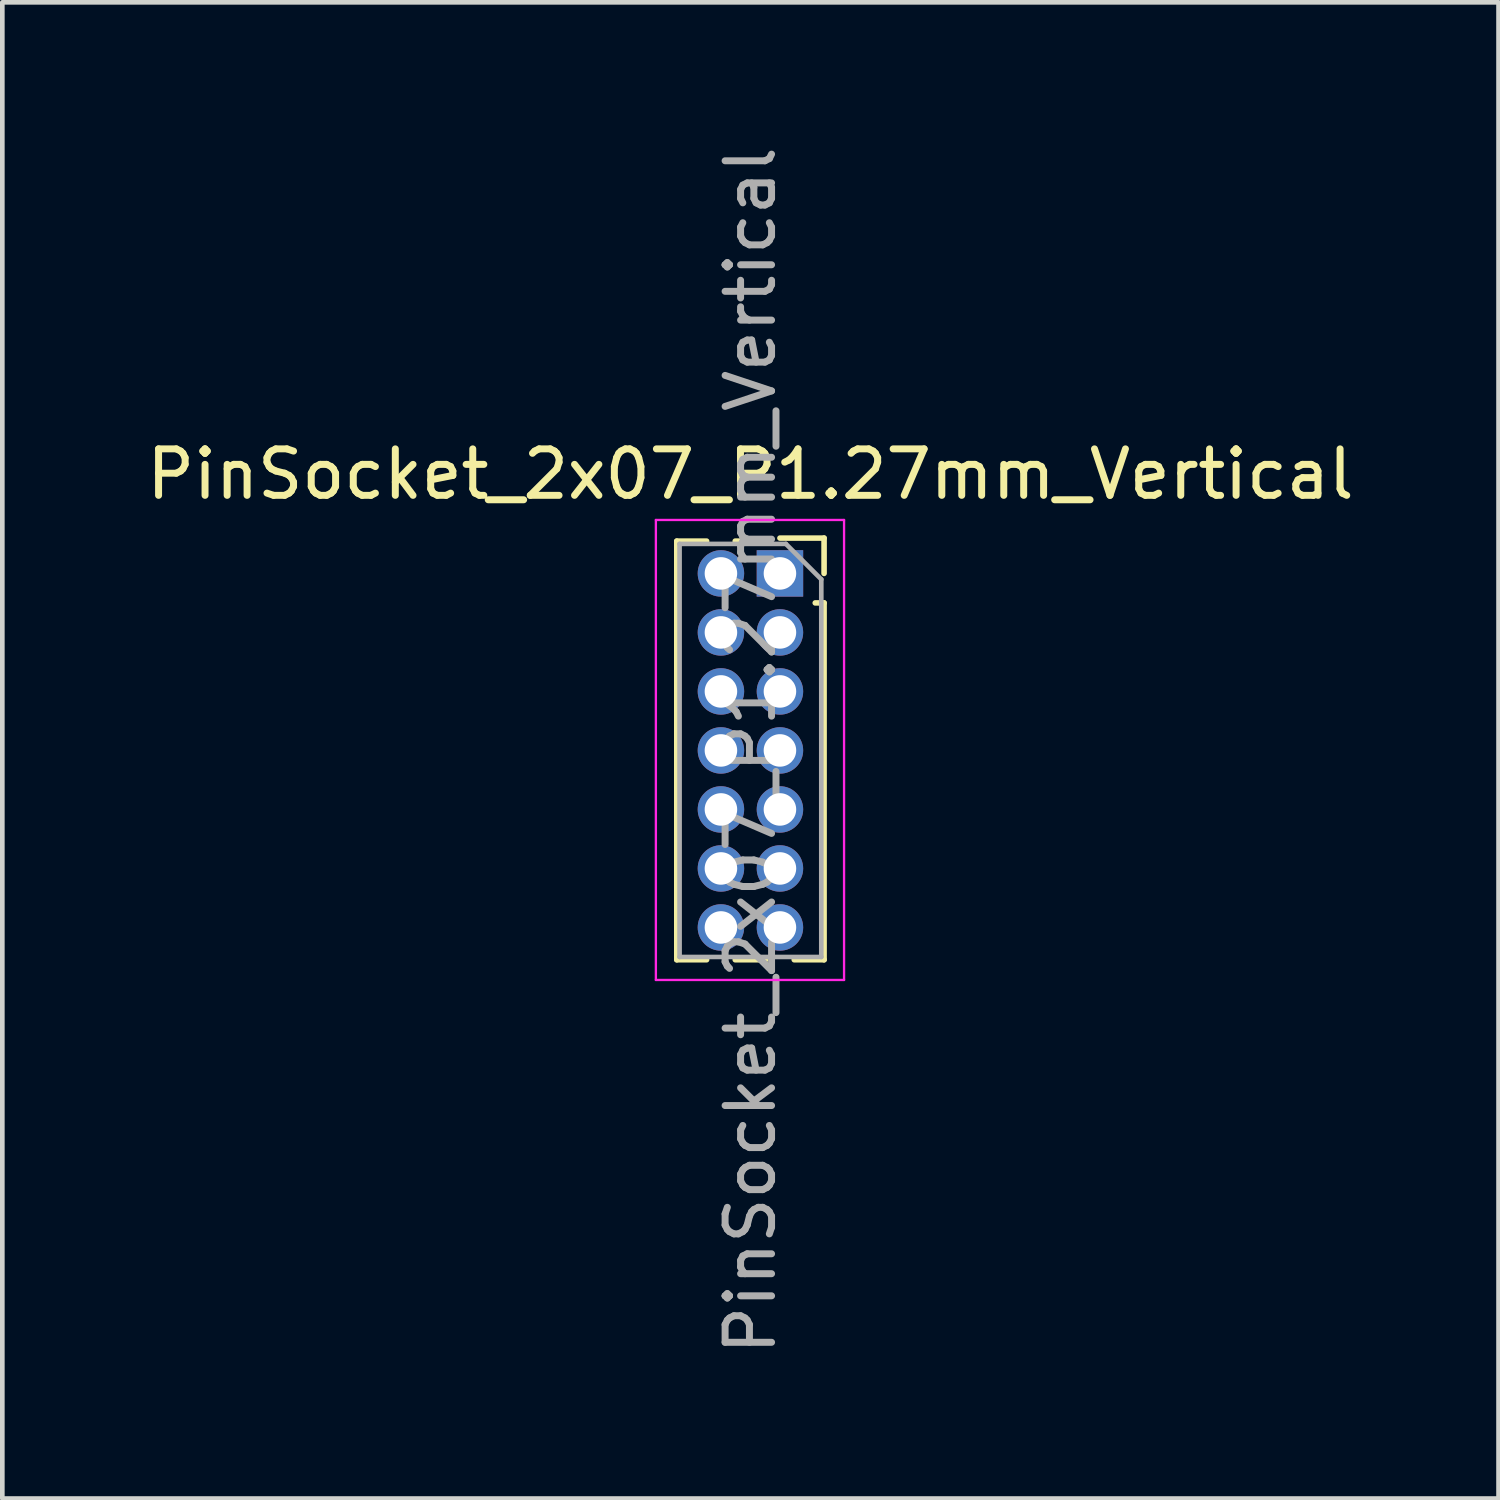
<source format=kicad_pcb>
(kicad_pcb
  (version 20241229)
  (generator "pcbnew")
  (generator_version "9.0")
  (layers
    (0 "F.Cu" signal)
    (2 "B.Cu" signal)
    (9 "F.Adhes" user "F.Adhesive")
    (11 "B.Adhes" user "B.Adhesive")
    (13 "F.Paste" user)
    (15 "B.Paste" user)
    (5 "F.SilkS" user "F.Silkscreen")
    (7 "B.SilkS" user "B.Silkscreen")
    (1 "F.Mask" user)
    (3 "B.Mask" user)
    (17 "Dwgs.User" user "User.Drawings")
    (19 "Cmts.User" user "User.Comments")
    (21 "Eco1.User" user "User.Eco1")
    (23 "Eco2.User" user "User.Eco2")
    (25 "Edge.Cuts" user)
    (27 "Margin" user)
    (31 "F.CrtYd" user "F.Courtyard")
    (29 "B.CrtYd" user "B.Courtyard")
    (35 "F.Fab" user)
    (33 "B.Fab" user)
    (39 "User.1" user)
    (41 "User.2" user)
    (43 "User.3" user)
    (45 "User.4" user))
  (footprint "PinSocket_2x07_P1.27mm_Vertical"
    (layer "F.Cu")
    (at 13.736 9.291)
    (property "Reference" "PinSocket_2x07_P1.27mm_Vertical" (at -0.635 -2.135 0) (layer "F.SilkS") (effects (font (size 1 1) (thickness 0.15))))
    (attr through_hole)
    (fp_line (start -2.22 -0.695) (end -2.22 8.315) (stroke (width 0.12) (type solid)) (layer "F.SilkS"))
    (fp_line (start -2.22 -0.695) (end -1.578 -0.695) (stroke (width 0.12) (type solid)) (layer "F.SilkS"))
    (fp_line (start -2.22 8.315) (end -1.578 8.315) (stroke (width 0.12) (type solid)) (layer "F.SilkS"))
    (fp_line (start -0.962 -0.695) (end -0.76 -0.695) (stroke (width 0.12) (type solid)) (layer "F.SilkS"))
    (fp_line (start -0.962 8.315) (end -0.308 8.315) (stroke (width 0.12) (type solid)) (layer "F.SilkS"))
    (fp_line (start 0 -0.76) (end 0.95 -0.76) (stroke (width 0.12) (type solid)) (layer "F.SilkS"))
    (fp_line (start 0.308 8.315) (end 0.95 8.315) (stroke (width 0.12) (type solid)) (layer "F.SilkS"))
    (fp_line (start 0.76 0.635) (end 0.95 0.635) (stroke (width 0.12) (type solid)) (layer "F.SilkS"))
    (fp_line (start 0.95 -0.76) (end 0.95 0) (stroke (width 0.12) (type solid)) (layer "F.SilkS"))
    (fp_line (start 0.95 0.635) (end 0.95 8.315) (stroke (width 0.12) (type solid)) (layer "F.SilkS"))
    (fp_line (start -2.67 -1.15) (end 1.38 -1.15) (stroke (width 0.05) (type solid)) (layer "F.CrtYd"))
    (fp_line (start -2.67 8.75) (end -2.67 -1.15) (stroke (width 0.05) (type solid)) (layer "F.CrtYd"))
    (fp_line (start 1.38 -1.15) (end 1.38 8.75) (stroke (width 0.05) (type solid)) (layer "F.CrtYd"))
    (fp_line (start 1.38 8.75) (end -2.67 8.75) (stroke (width 0.05) (type solid)) (layer "F.CrtYd"))
    (fp_line (start -2.16 -0.635) (end 0.128 -0.635) (stroke (width 0.1) (type solid)) (layer "F.Fab"))
    (fp_line (start -2.16 8.255) (end -2.16 -0.635) (stroke (width 0.1) (type solid)) (layer "F.Fab"))
    (fp_line (start 0.128 -0.635) (end 0.89 0.128) (stroke (width 0.1) (type solid)) (layer "F.Fab"))
    (fp_line (start 0.89 0.128) (end 0.89 8.255) (stroke (width 0.1) (type solid)) (layer "F.Fab"))
    (fp_line (start 0.89 8.255) (end -2.16 8.255) (stroke (width 0.1) (type solid)) (layer "F.Fab"))
    (fp_text user "${REFERENCE}" (at -0.635 3.81 90) (layer "F.Fab") (effects (font (size 1 1) (thickness 0.15))))
    (pad "1" thru_hole rect (at 0 0) (size 1 1) (drill 0.7) (layers "*.Cu" "*.Mask"))
    (pad "2" thru_hole oval (at -1.27 0) (size 1 1) (drill 0.7) (layers "*.Cu" "*.Mask"))
    (pad "3" thru_hole oval (at 0 1.27) (size 1 1) (drill 0.7) (layers "*.Cu" "*.Mask"))
    (pad "4" thru_hole oval (at -1.27 1.27) (size 1 1) (drill 0.7) (layers "*.Cu" "*.Mask"))
    (pad "5" thru_hole oval (at 0 2.54) (size 1 1) (drill 0.7) (layers "*.Cu" "*.Mask"))
    (pad "6" thru_hole oval (at -1.27 2.54) (size 1 1) (drill 0.7) (layers "*.Cu" "*.Mask"))
    (pad "7" thru_hole oval (at 0 3.81) (size 1 1) (drill 0.7) (layers "*.Cu" "*.Mask"))
    (pad "8" thru_hole oval (at -1.27 3.81) (size 1 1) (drill 0.7) (layers "*.Cu" "*.Mask"))
    (pad "9" thru_hole oval (at 0 5.08) (size 1 1) (drill 0.7) (layers "*.Cu" "*.Mask"))
    (pad "10" thru_hole oval (at -1.27 5.08) (size 1 1) (drill 0.7) (layers "*.Cu" "*.Mask"))
    (pad "11" thru_hole oval (at 0 6.35) (size 1 1) (drill 0.7) (layers "*.Cu" "*.Mask"))
    (pad "12" thru_hole oval (at -1.27 6.35) (size 1 1) (drill 0.7) (layers "*.Cu" "*.Mask"))
    (pad "13" thru_hole oval (at 0 7.62) (size 1 1) (drill 0.7) (layers "*.Cu" "*.Mask"))
    (pad "14" thru_hole oval (at -1.27 7.62) (size 1 1) (drill 0.7) (layers "*.Cu" "*.Mask")))
  (gr_rect
    (start -3 -3)
    (end 29.202 29.202)
    (stroke (width 0.1) (type default))
    (fill no)
    (layer "Edge.Cuts")))
</source>
